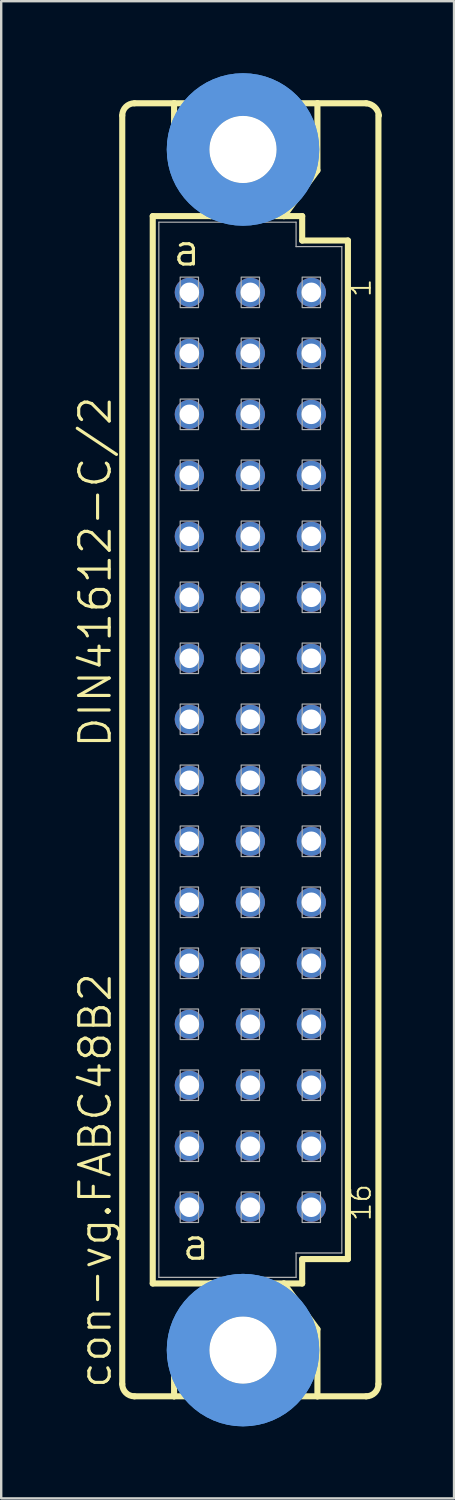
<source format=kicad_pcb>
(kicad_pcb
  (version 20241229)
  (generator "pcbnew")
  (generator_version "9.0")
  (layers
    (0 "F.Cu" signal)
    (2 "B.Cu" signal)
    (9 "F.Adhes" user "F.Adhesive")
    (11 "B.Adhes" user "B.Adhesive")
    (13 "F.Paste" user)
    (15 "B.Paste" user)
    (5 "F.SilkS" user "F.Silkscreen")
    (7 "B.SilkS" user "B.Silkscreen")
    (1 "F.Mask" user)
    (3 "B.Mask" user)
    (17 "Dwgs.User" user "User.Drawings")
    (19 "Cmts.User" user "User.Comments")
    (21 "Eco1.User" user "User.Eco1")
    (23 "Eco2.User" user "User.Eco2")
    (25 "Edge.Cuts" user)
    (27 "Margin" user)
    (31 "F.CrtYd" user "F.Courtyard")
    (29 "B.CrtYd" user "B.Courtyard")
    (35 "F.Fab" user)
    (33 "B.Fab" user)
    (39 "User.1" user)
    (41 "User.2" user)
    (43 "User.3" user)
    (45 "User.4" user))
  (footprint "con-vg.FABC48B2"
    (layer "F.Cu")
    (at 6.105 28.175)
    (property "Reference" "con-vg.FABC48B2" (at -4.445 26.67 90) (layer "F.SilkS") (effects (font (size 1.27 1.27) (thickness 0.13)) (justify left bottom)))
    (attr through_hole)
    (fp_line (start -4.064 26.416) (end -4.064 -26.416) (stroke (width 0.254) (type default)) (layer "F.SilkS"))
    (fp_line (start -3.556 26.924) (end -1.905 26.924) (stroke (width 0.254) (type default)) (layer "F.SilkS"))
    (fp_line (start -2.794 22.225) (end -2.794 -22.225) (stroke (width 0.254) (type default)) (layer "F.SilkS"))
    (fp_line (start -1.905 -26.924) (end -3.556 -26.924) (stroke (width 0.254) (type default)) (layer "F.SilkS"))
    (fp_line (start -1.905 -26.924) (end -1.905 -24.13) (stroke (width 0.254) (type default)) (layer "F.SilkS"))
    (fp_line (start -1.905 26.924) (end -1.905 24.13) (stroke (width 0.254) (type default)) (layer "F.SilkS"))
    (fp_line (start -1.905 26.924) (end 4.064 26.924) (stroke (width 0.254) (type default)) (layer "F.SilkS"))
    (fp_line (start -0.381 -22.225) (end -2.794 -22.225) (stroke (width 0.254) (type default)) (layer "F.SilkS"))
    (fp_line (start -0.381 -22.225) (end -1.905 -24.13) (stroke (width 0.254) (type default)) (layer "F.SilkS"))
    (fp_line (start -0.381 -22.225) (end 2.667 -22.225) (stroke (width 0.254) (type default)) (layer "F.SilkS"))
    (fp_line (start -0.381 22.225) (end -2.794 22.225) (stroke (width 0.254) (type default)) (layer "F.SilkS"))
    (fp_line (start -0.381 22.225) (end -1.905 24.13) (stroke (width 0.254) (type default)) (layer "F.SilkS"))
    (fp_line (start 2.667 -22.225) (end 3.429 -22.225) (stroke (width 0.254) (type default)) (layer "F.SilkS"))
    (fp_line (start 2.667 -22.225) (end 4.064 -24.13) (stroke (width 0.254) (type default)) (layer "F.SilkS"))
    (fp_line (start 2.667 22.225) (end -0.381 22.225) (stroke (width 0.254) (type default)) (layer "F.SilkS"))
    (fp_line (start 2.667 22.225) (end 4.064 24.13) (stroke (width 0.254) (type default)) (layer "F.SilkS"))
    (fp_line (start 3.429 -21.209) (end 3.429 -22.225) (stroke (width 0.254) (type default)) (layer "F.SilkS"))
    (fp_line (start 3.429 21.209) (end 5.334 21.209) (stroke (width 0.254) (type default)) (layer "F.SilkS"))
    (fp_line (start 3.429 22.225) (end 2.667 22.225) (stroke (width 0.254) (type default)) (layer "F.SilkS"))
    (fp_line (start 3.429 22.225) (end 3.429 21.209) (stroke (width 0.254) (type default)) (layer "F.SilkS"))
    (fp_line (start 4.064 -26.924) (end -1.905 -26.924) (stroke (width 0.254) (type default)) (layer "F.SilkS"))
    (fp_line (start 4.064 -24.13) (end 4.064 -26.924) (stroke (width 0.254) (type default)) (layer "F.SilkS"))
    (fp_line (start 4.064 26.924) (end 4.064 24.13) (stroke (width 0.254) (type default)) (layer "F.SilkS"))
    (fp_line (start 4.064 26.924) (end 6.096 26.924) (stroke (width 0.254) (type default)) (layer "F.SilkS"))
    (fp_line (start 5.334 -21.209) (end 3.429 -21.209) (stroke (width 0.254) (type default)) (layer "F.SilkS"))
    (fp_line (start 5.334 21.209) (end 5.334 -21.209) (stroke (width 0.254) (type default)) (layer "F.SilkS"))
    (fp_line (start 6.096 -26.924) (end 4.064 -26.924) (stroke (width 0.254) (type default)) (layer "F.SilkS"))
    (fp_line (start 6.604 -26.416) (end 6.604 26.416) (stroke (width 0.254) (type default)) (layer "F.SilkS"))
    (fp_arc (start -4.064 -26.416) (mid -3.91521 -26.77521) (end -3.556 -26.924) (stroke (width 0.254) (type default)) (layer "F.SilkS"))
    (fp_arc (start -3.556 26.924) (mid -3.91521 26.77521) (end -4.064 26.416) (stroke (width 0.254) (type default)) (layer "F.SilkS"))
    (fp_arc (start 6.096 -26.924) (mid 6.449437 -26.764315) (end 6.626 -26.419) (stroke (width 0.254) (type default)) (layer "F.SilkS"))
    (fp_arc (start 6.604 26.416) (mid 6.45521 26.77521) (end 6.096 26.924) (stroke (width 0.254) (type default)) (layer "F.SilkS"))
    (fp_circle (center 0.965 -25) (end 2.235 -25) (stroke (width 0.254) (type default)) (fill no) (layer "F.SilkS"))
    (fp_circle (center 0.965 25) (end 2.235 25) (stroke (width 0.254) (type default)) (fill no) (layer "F.SilkS"))
    (fp_circle (center 0.965 -25) (end 3.251 -25) (stroke (width 1.778) (type default)) (fill no) (layer "Cmts.User"))
    (fp_circle (center 0.965 -25) (end 3.251 -25) (stroke (width 1.778) (type default)) (fill no) (layer "Cmts.User"))
    (fp_circle (center 0.965 25) (end 3.251 25) (stroke (width 1.778) (type default)) (fill no) (layer "Cmts.User"))
    (fp_circle (center 0.965 25) (end 3.251 25) (stroke (width 1.778) (type default)) (fill no) (layer "Cmts.User"))
    (fp_line (start -2.54 -21.971) (end -2.54 21.971) (stroke (width 0.051) (type default)) (layer "F.Fab"))
    (fp_line (start 3.175 -21.971) (end -2.54 -21.971) (stroke (width 0.051) (type default)) (layer "F.Fab"))
    (fp_line (start 3.175 -20.955) (end 3.175 -21.971) (stroke (width 0.051) (type default)) (layer "F.Fab"))
    (fp_line (start 3.175 20.955) (end 3.175 21.971) (stroke (width 0.051) (type default)) (layer "F.Fab"))
    (fp_line (start 3.175 20.955) (end 5.08 20.955) (stroke (width 0.051) (type default)) (layer "F.Fab"))
    (fp_line (start 3.175 21.971) (end -2.54 21.971) (stroke (width 0.051) (type default)) (layer "F.Fab"))
    (fp_line (start 5.08 -20.955) (end 3.175 -20.955) (stroke (width 0.051) (type default)) (layer "F.Fab"))
    (fp_line (start 5.08 20.955) (end 5.08 -20.955) (stroke (width 0.051) (type default)) (layer "F.Fab"))
    (fp_rect (start -1.651 -18.415) (end -0.889 -19.685) (stroke (width 0.05) (type default)) (fill no) (layer "F.Fab"))
    (fp_rect (start -1.651 -15.875) (end -0.889 -17.145) (stroke (width 0.05) (type default)) (fill no) (layer "F.Fab"))
    (fp_rect (start -1.651 -13.335) (end -0.889 -14.605) (stroke (width 0.05) (type default)) (fill no) (layer "F.Fab"))
    (fp_rect (start -1.651 -10.795) (end -0.889 -12.065) (stroke (width 0.05) (type default)) (fill no) (layer "F.Fab"))
    (fp_rect (start -1.651 -8.255) (end -0.889 -9.525) (stroke (width 0.05) (type default)) (fill no) (layer "F.Fab"))
    (fp_rect (start -1.651 -5.715) (end -0.889 -6.985) (stroke (width 0.05) (type default)) (fill no) (layer "F.Fab"))
    (fp_rect (start -1.651 -3.175) (end -0.889 -4.445) (stroke (width 0.05) (type default)) (fill no) (layer "F.Fab"))
    (fp_rect (start -1.651 -0.635) (end -0.889 -1.905) (stroke (width 0.05) (type default)) (fill no) (layer "F.Fab"))
    (fp_rect (start -1.651 1.905) (end -0.889 0.635) (stroke (width 0.05) (type default)) (fill no) (layer "F.Fab"))
    (fp_rect (start -1.651 4.445) (end -0.889 3.175) (stroke (width 0.05) (type default)) (fill no) (layer "F.Fab"))
    (fp_rect (start -1.651 6.985) (end -0.889 5.715) (stroke (width 0.05) (type default)) (fill no) (layer "F.Fab"))
    (fp_rect (start -1.651 9.525) (end -0.889 8.255) (stroke (width 0.05) (type default)) (fill no) (layer "F.Fab"))
    (fp_rect (start -1.651 12.065) (end -0.889 10.795) (stroke (width 0.05) (type default)) (fill no) (layer "F.Fab"))
    (fp_rect (start -1.651 14.605) (end -0.889 13.335) (stroke (width 0.05) (type default)) (fill no) (layer "F.Fab"))
    (fp_rect (start -1.651 17.145) (end -0.889 15.875) (stroke (width 0.05) (type default)) (fill no) (layer "F.Fab"))
    (fp_rect (start -1.651 19.685) (end -0.889 18.415) (stroke (width 0.05) (type default)) (fill no) (layer "F.Fab"))
    (fp_rect (start 0.889 -18.415) (end 1.651 -19.685) (stroke (width 0.05) (type default)) (fill no) (layer "F.Fab"))
    (fp_rect (start 0.889 -15.875) (end 1.651 -17.145) (stroke (width 0.05) (type default)) (fill no) (layer "F.Fab"))
    (fp_rect (start 0.889 -13.335) (end 1.651 -14.605) (stroke (width 0.05) (type default)) (fill no) (layer "F.Fab"))
    (fp_rect (start 0.889 -10.795) (end 1.651 -12.065) (stroke (width 0.05) (type default)) (fill no) (layer "F.Fab"))
    (fp_rect (start 0.889 -8.255) (end 1.651 -9.525) (stroke (width 0.05) (type default)) (fill no) (layer "F.Fab"))
    (fp_rect (start 0.889 -5.715) (end 1.651 -6.985) (stroke (width 0.05) (type default)) (fill no) (layer "F.Fab"))
    (fp_rect (start 0.889 -3.175) (end 1.651 -4.445) (stroke (width 0.05) (type default)) (fill no) (layer "F.Fab"))
    (fp_rect (start 0.889 -0.635) (end 1.651 -1.905) (stroke (width 0.05) (type default)) (fill no) (layer "F.Fab"))
    (fp_rect (start 0.889 1.905) (end 1.651 0.635) (stroke (width 0.05) (type default)) (fill no) (layer "F.Fab"))
    (fp_rect (start 0.889 4.445) (end 1.651 3.175) (stroke (width 0.05) (type default)) (fill no) (layer "F.Fab"))
    (fp_rect (start 0.889 6.985) (end 1.651 5.715) (stroke (width 0.05) (type default)) (fill no) (layer "F.Fab"))
    (fp_rect (start 0.889 9.525) (end 1.651 8.255) (stroke (width 0.05) (type default)) (fill no) (layer "F.Fab"))
    (fp_rect (start 0.889 12.065) (end 1.651 10.795) (stroke (width 0.05) (type default)) (fill no) (layer "F.Fab"))
    (fp_rect (start 0.889 14.605) (end 1.651 13.335) (stroke (width 0.05) (type default)) (fill no) (layer "F.Fab"))
    (fp_rect (start 0.889 17.145) (end 1.651 15.875) (stroke (width 0.05) (type default)) (fill no) (layer "F.Fab"))
    (fp_rect (start 0.889 19.685) (end 1.651 18.415) (stroke (width 0.05) (type default)) (fill no) (layer "F.Fab"))
    (fp_rect (start 3.429 -18.415) (end 4.191 -19.685) (stroke (width 0.05) (type default)) (fill no) (layer "F.Fab"))
    (fp_rect (start 3.429 -15.875) (end 4.191 -17.145) (stroke (width 0.05) (type default)) (fill no) (layer "F.Fab"))
    (fp_rect (start 3.429 -13.335) (end 4.191 -14.605) (stroke (width 0.05) (type default)) (fill no) (layer "F.Fab"))
    (fp_rect (start 3.429 -10.795) (end 4.191 -12.065) (stroke (width 0.05) (type default)) (fill no) (layer "F.Fab"))
    (fp_rect (start 3.429 -8.255) (end 4.191 -9.525) (stroke (width 0.05) (type default)) (fill no) (layer "F.Fab"))
    (fp_rect (start 3.429 -5.715) (end 4.191 -6.985) (stroke (width 0.05) (type default)) (fill no) (layer "F.Fab"))
    (fp_rect (start 3.429 -3.175) (end 4.191 -4.445) (stroke (width 0.05) (type default)) (fill no) (layer "F.Fab"))
    (fp_rect (start 3.429 -0.635) (end 4.191 -1.905) (stroke (width 0.05) (type default)) (fill no) (layer "F.Fab"))
    (fp_rect (start 3.429 1.905) (end 4.191 0.635) (stroke (width 0.05) (type default)) (fill no) (layer "F.Fab"))
    (fp_rect (start 3.429 4.445) (end 4.191 3.175) (stroke (width 0.05) (type default)) (fill no) (layer "F.Fab"))
    (fp_rect (start 3.429 6.985) (end 4.191 5.715) (stroke (width 0.05) (type default)) (fill no) (layer "F.Fab"))
    (fp_rect (start 3.429 9.525) (end 4.191 8.255) (stroke (width 0.05) (type default)) (fill no) (layer "F.Fab"))
    (fp_rect (start 3.429 12.065) (end 4.191 10.795) (stroke (width 0.05) (type default)) (fill no) (layer "F.Fab"))
    (fp_rect (start 3.429 14.605) (end 4.191 13.335) (stroke (width 0.05) (type default)) (fill no) (layer "F.Fab"))
    (fp_rect (start 3.429 17.145) (end 4.191 15.875) (stroke (width 0.05) (type default)) (fill no) (layer "F.Fab"))
    (fp_rect (start 3.429 19.685) (end 4.191 18.415) (stroke (width 0.05) (type default)) (fill no) (layer "F.Fab"))
    (fp_text user "a " (at -1.651 21.336 0) (layer "F.SilkS") (effects (font (size 1.27 1.27) (thickness 0.13)) (justify left bottom)))
    (fp_text user "1" (at 6.35 -18.796 90) (layer "F.SilkS") (effects (font (size 0.813 0.813) (thickness 0.08)) (justify left bottom)))
    (fp_text user "16" (at 6.35 19.685 90) (layer "F.SilkS") (effects (font (size 0.813 0.813) (thickness 0.08)) (justify left bottom)))
    (fp_text user "a" (at -2.032 -20.066 0) (layer "F.SilkS") (effects (font (size 1.27 1.27) (thickness 0.13)) (justify left bottom)))
    (fp_text user "DIN41612-C/2" (at -4.445 0 90) (layer "F.SilkS") (effects (font (size 1.27 1.27) (thickness 0.13)) (justify left bottom)))
    (pad "" np_thru_hole circle (at 0.965 -25) (size 2.794 2.794) (drill 2.794) (layers "*.Cu" "*.Mask"))
    (pad "" np_thru_hole circle (at 0.965 25) (size 2.794 2.794) (drill 2.794) (layers "*.Cu" "*.Mask"))
    (pad "A1" thru_hole circle (at -1.27 -19.05) (size 1.219 1.219) (drill 0.813) (layers "*.Cu" "*.Mask"))
    (pad "A2" thru_hole circle (at -1.27 -16.51) (size 1.219 1.219) (drill 0.813) (layers "*.Cu" "*.Mask"))
    (pad "A3" thru_hole circle (at -1.27 -13.97) (size 1.219 1.219) (drill 0.813) (layers "*.Cu" "*.Mask"))
    (pad "A4" thru_hole circle (at -1.27 -11.43) (size 1.219 1.219) (drill 0.813) (layers "*.Cu" "*.Mask"))
    (pad "A5" thru_hole circle (at -1.27 -8.89) (size 1.219 1.219) (drill 0.813) (layers "*.Cu" "*.Mask"))
    (pad "A6" thru_hole circle (at -1.27 -6.35) (size 1.219 1.219) (drill 0.813) (layers "*.Cu" "*.Mask"))
    (pad "A7" thru_hole circle (at -1.27 -3.81) (size 1.219 1.219) (drill 0.813) (layers "*.Cu" "*.Mask"))
    (pad "A8" thru_hole circle (at -1.27 -1.27) (size 1.219 1.219) (drill 0.813) (layers "*.Cu" "*.Mask"))
    (pad "A9" thru_hole circle (at -1.27 1.27) (size 1.219 1.219) (drill 0.813) (layers "*.Cu" "*.Mask"))
    (pad "A10" thru_hole circle (at -1.27 3.81) (size 1.219 1.219) (drill 0.813) (layers "*.Cu" "*.Mask"))
    (pad "A11" thru_hole circle (at -1.27 6.35) (size 1.219 1.219) (drill 0.813) (layers "*.Cu" "*.Mask"))
    (pad "A12" thru_hole circle (at -1.27 8.89) (size 1.219 1.219) (drill 0.813) (layers "*.Cu" "*.Mask"))
    (pad "A13" thru_hole circle (at -1.27 11.43) (size 1.219 1.219) (drill 0.813) (layers "*.Cu" "*.Mask"))
    (pad "A14" thru_hole circle (at -1.27 13.97) (size 1.219 1.219) (drill 0.813) (layers "*.Cu" "*.Mask"))
    (pad "A15" thru_hole circle (at -1.27 16.51) (size 1.219 1.219) (drill 0.813) (layers "*.Cu" "*.Mask"))
    (pad "A16" thru_hole circle (at -1.27 19.05) (size 1.219 1.219) (drill 0.813) (layers "*.Cu" "*.Mask"))
    (pad "B1" thru_hole circle (at 1.27 -19.05) (size 1.219 1.219) (drill 0.813) (layers "*.Cu" "*.Mask"))
    (pad "B2" thru_hole circle (at 1.27 -16.51) (size 1.219 1.219) (drill 0.813) (layers "*.Cu" "*.Mask"))
    (pad "B3" thru_hole circle (at 1.27 -13.97) (size 1.219 1.219) (drill 0.813) (layers "*.Cu" "*.Mask"))
    (pad "B4" thru_hole circle (at 1.27 -11.43) (size 1.219 1.219) (drill 0.813) (layers "*.Cu" "*.Mask"))
    (pad "B5" thru_hole circle (at 1.27 -8.89) (size 1.219 1.219) (drill 0.813) (layers "*.Cu" "*.Mask"))
    (pad "B6" thru_hole circle (at 1.27 -6.35) (size 1.219 1.219) (drill 0.813) (layers "*.Cu" "*.Mask"))
    (pad "B7" thru_hole circle (at 1.27 -3.81) (size 1.219 1.219) (drill 0.813) (layers "*.Cu" "*.Mask"))
    (pad "B8" thru_hole circle (at 1.27 -1.27) (size 1.219 1.219) (drill 0.813) (layers "*.Cu" "*.Mask"))
    (pad "B9" thru_hole circle (at 1.27 1.27) (size 1.219 1.219) (drill 0.813) (layers "*.Cu" "*.Mask"))
    (pad "B10" thru_hole circle (at 1.27 3.81) (size 1.219 1.219) (drill 0.813) (layers "*.Cu" "*.Mask"))
    (pad "B11" thru_hole circle (at 1.27 6.35) (size 1.219 1.219) (drill 0.813) (layers "*.Cu" "*.Mask"))
    (pad "B12" thru_hole circle (at 1.27 8.89) (size 1.219 1.219) (drill 0.813) (layers "*.Cu" "*.Mask"))
    (pad "B13" thru_hole circle (at 1.27 11.43) (size 1.219 1.219) (drill 0.813) (layers "*.Cu" "*.Mask"))
    (pad "B14" thru_hole circle (at 1.27 13.97) (size 1.219 1.219) (drill 0.813) (layers "*.Cu" "*.Mask"))
    (pad "B15" thru_hole circle (at 1.27 16.51) (size 1.219 1.219) (drill 0.813) (layers "*.Cu" "*.Mask"))
    (pad "B16" thru_hole circle (at 1.27 19.05) (size 1.219 1.219) (drill 0.813) (layers "*.Cu" "*.Mask"))
    (pad "C1" thru_hole circle (at 3.81 -19.05) (size 1.219 1.219) (drill 0.813) (layers "*.Cu" "*.Mask"))
    (pad "C2" thru_hole circle (at 3.81 -16.51) (size 1.219 1.219) (drill 0.813) (layers "*.Cu" "*.Mask"))
    (pad "C3" thru_hole circle (at 3.81 -13.97) (size 1.219 1.219) (drill 0.813) (layers "*.Cu" "*.Mask"))
    (pad "C4" thru_hole circle (at 3.81 -11.43) (size 1.219 1.219) (drill 0.813) (layers "*.Cu" "*.Mask"))
    (pad "C5" thru_hole circle (at 3.81 -8.89) (size 1.219 1.219) (drill 0.813) (layers "*.Cu" "*.Mask"))
    (pad "C6" thru_hole circle (at 3.81 -6.35) (size 1.219 1.219) (drill 0.813) (layers "*.Cu" "*.Mask"))
    (pad "C7" thru_hole circle (at 3.81 -3.81) (size 1.219 1.219) (drill 0.813) (layers "*.Cu" "*.Mask"))
    (pad "C8" thru_hole circle (at 3.81 -1.27) (size 1.219 1.219) (drill 0.813) (layers "*.Cu" "*.Mask"))
    (pad "C9" thru_hole circle (at 3.81 1.27) (size 1.219 1.219) (drill 0.813) (layers "*.Cu" "*.Mask"))
    (pad "C10" thru_hole circle (at 3.81 3.81) (size 1.219 1.219) (drill 0.813) (layers "*.Cu" "*.Mask"))
    (pad "C11" thru_hole circle (at 3.81 6.35) (size 1.219 1.219) (drill 0.813) (layers "*.Cu" "*.Mask"))
    (pad "C12" thru_hole circle (at 3.81 8.89) (size 1.219 1.219) (drill 0.813) (layers "*.Cu" "*.Mask"))
    (pad "C13" thru_hole circle (at 3.81 11.43) (size 1.219 1.219) (drill 0.813) (layers "*.Cu" "*.Mask"))
    (pad "C14" thru_hole circle (at 3.81 13.97) (size 1.219 1.219) (drill 0.813) (layers "*.Cu" "*.Mask"))
    (pad "C15" thru_hole circle (at 3.81 16.51) (size 1.219 1.219) (drill 0.813) (layers "*.Cu" "*.Mask"))
    (pad "C16" thru_hole circle (at 3.81 19.05) (size 1.219 1.219) (drill 0.813) (layers "*.Cu" "*.Mask")))
  (gr_rect
    (start -3 -3)
    (end 15.858 59.35)
    (stroke (width 0.1) (type default))
    (fill no)
    (layer "Edge.Cuts")))
</source>
